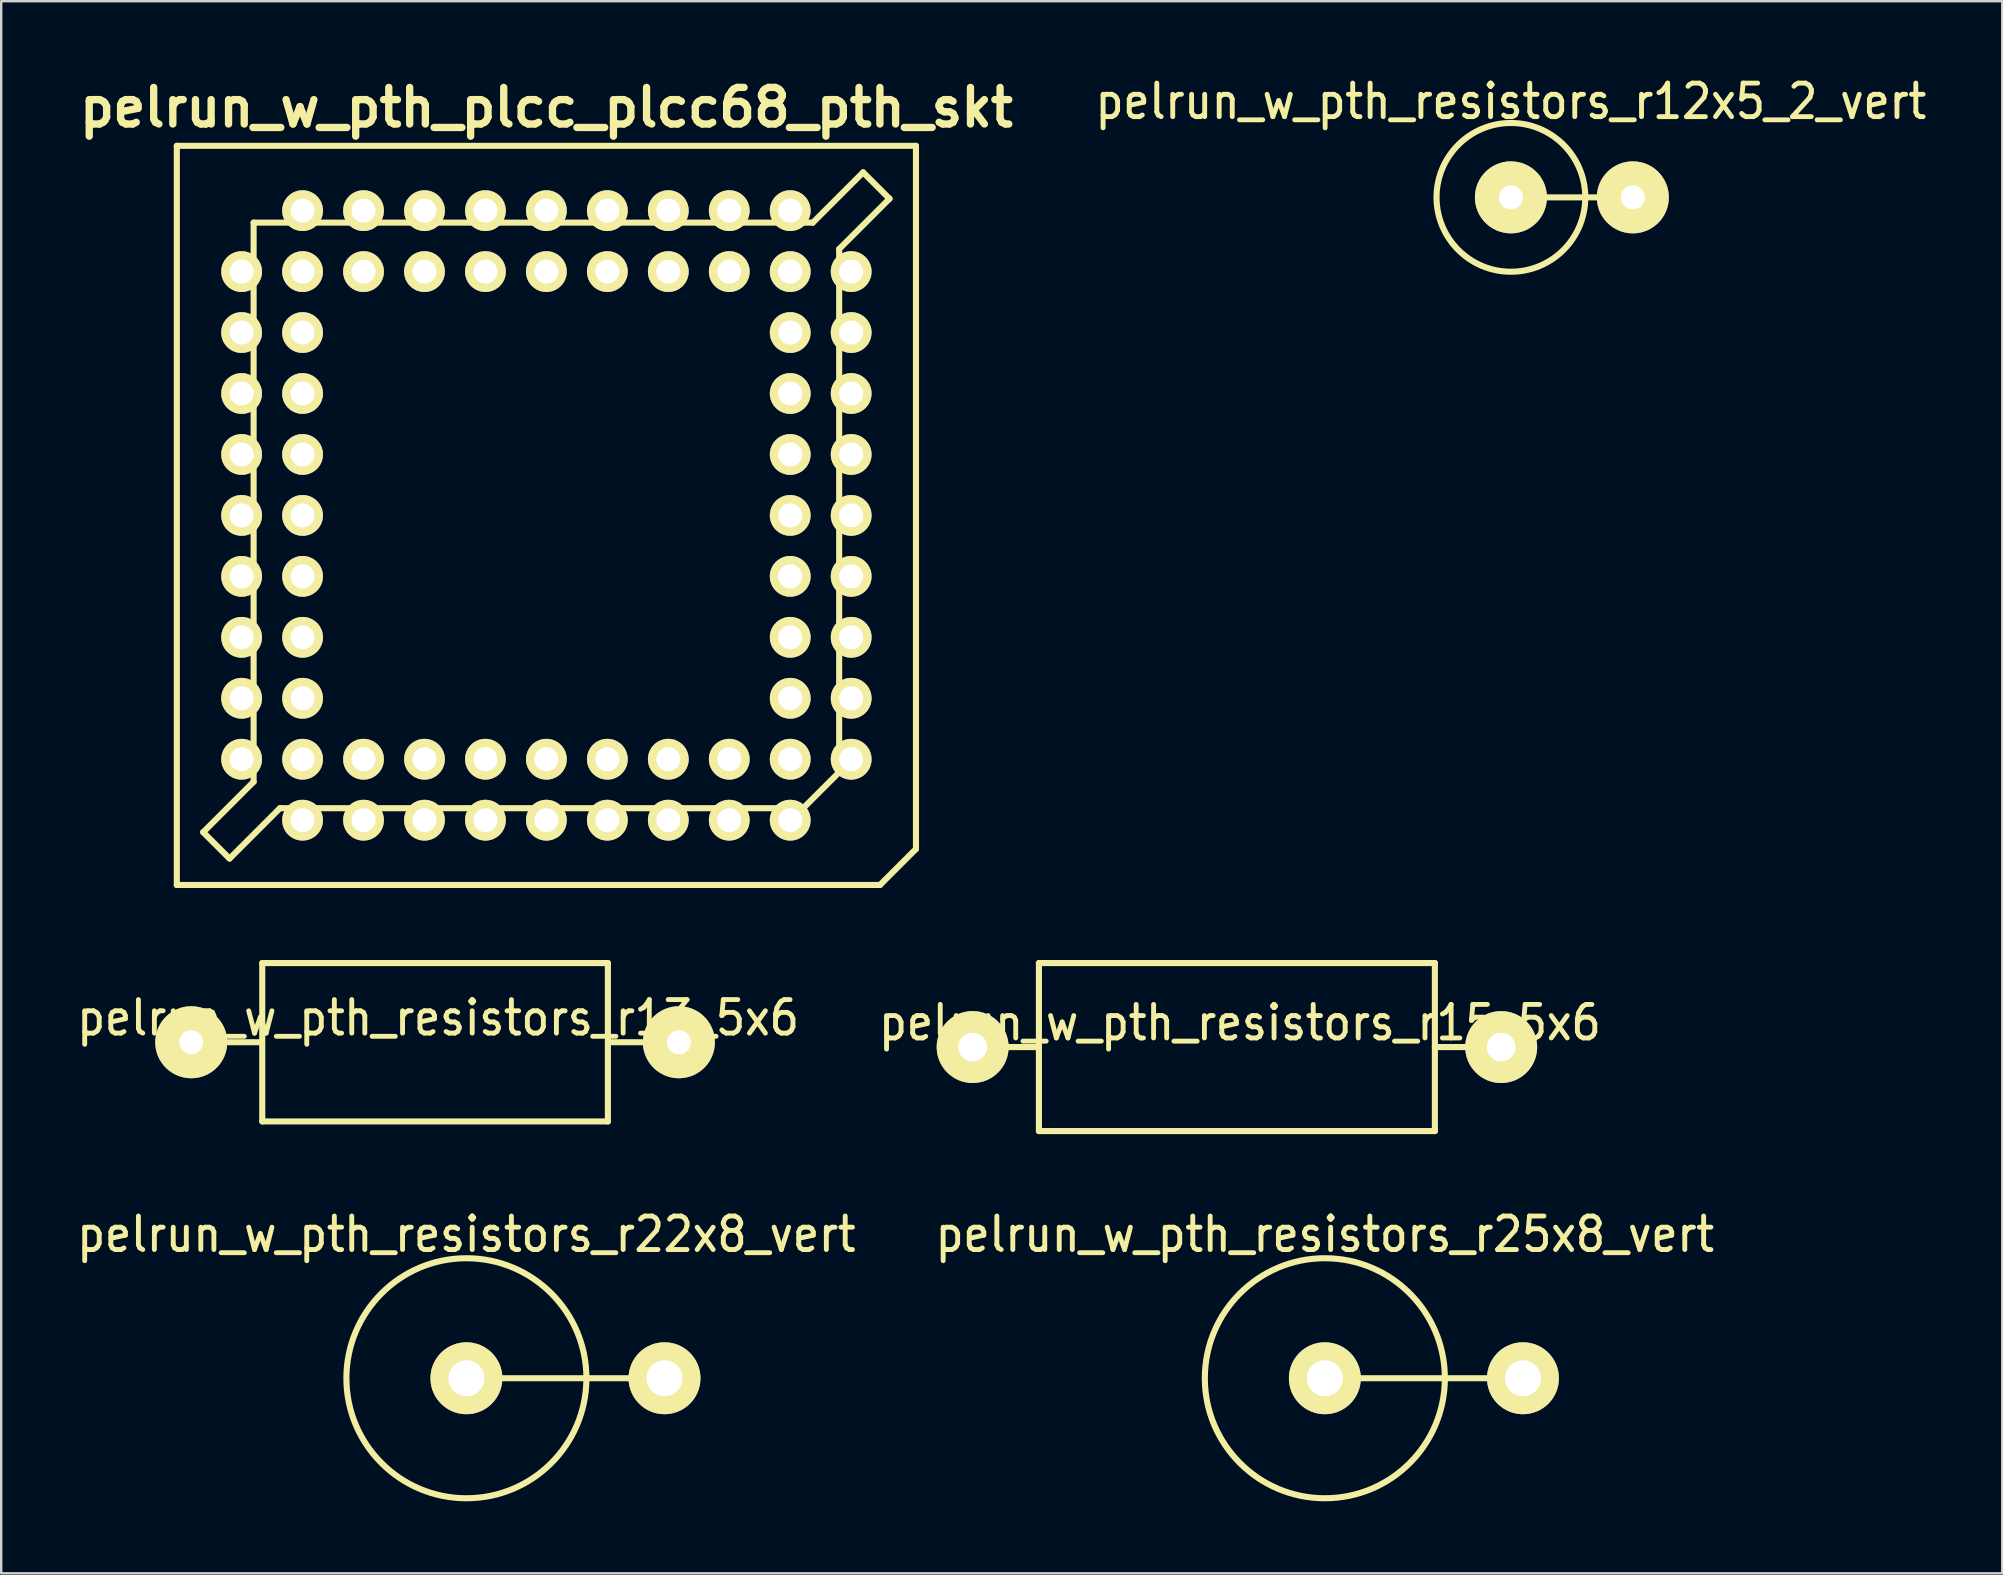
<source format=kicad_pcb>
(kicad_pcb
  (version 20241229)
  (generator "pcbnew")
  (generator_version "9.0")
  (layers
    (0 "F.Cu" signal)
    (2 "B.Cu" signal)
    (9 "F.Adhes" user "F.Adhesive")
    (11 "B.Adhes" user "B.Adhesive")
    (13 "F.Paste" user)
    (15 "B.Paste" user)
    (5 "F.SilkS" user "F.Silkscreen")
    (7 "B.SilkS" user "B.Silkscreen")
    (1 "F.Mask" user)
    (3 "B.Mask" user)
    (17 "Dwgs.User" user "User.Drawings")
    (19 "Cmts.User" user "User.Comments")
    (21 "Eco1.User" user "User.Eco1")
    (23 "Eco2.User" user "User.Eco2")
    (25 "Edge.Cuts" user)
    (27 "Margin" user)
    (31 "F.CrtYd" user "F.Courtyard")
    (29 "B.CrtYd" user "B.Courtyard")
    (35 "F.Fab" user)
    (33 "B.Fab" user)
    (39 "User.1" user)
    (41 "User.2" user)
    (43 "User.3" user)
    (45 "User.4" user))
  (footprint "pelrun_w_pth_plcc_plcc68_pth_skt"
    (layer "F.Cu")
    (at 19.718 18.427)
    (property "Reference" "pelrun_w_pth_plcc_plcc68_pth_skt" (at 0 -17 0) (layer "F.SilkS") (effects (font (size 1.524 1.524) (thickness 0.305))))
    (attr through_hole)
    (fp_line (start -15.4 -15.4) (end -15.4 15.4) (stroke (width 0.254) (type solid)) (layer "F.SilkS"))
    (fp_line (start -15.4 15.4) (end 13.899 15.4) (stroke (width 0.254) (type solid)) (layer "F.SilkS"))
    (fp_line (start -14.303 13.2) (end -13.203 14.3) (stroke (width 0.254) (type solid)) (layer "F.SilkS"))
    (fp_line (start -13.195 14.293) (end -11.097 12.195) (stroke (width 0.254) (type solid)) (layer "F.SilkS"))
    (fp_line (start -12.2 -12.2) (end 11.1 -12.2) (stroke (width 0.254) (type solid)) (layer "F.SilkS"))
    (fp_line (start -12.2 11.1) (end -14.298 13.198) (stroke (width 0.254) (type solid)) (layer "F.SilkS"))
    (fp_line (start -12.2 11.1) (end -12.2 -12.2) (stroke (width 0.254) (type solid)) (layer "F.SilkS"))
    (fp_line (start 10.701 12.2) (end -11.1 12.2) (stroke (width 0.254) (type solid)) (layer "F.SilkS"))
    (fp_line (start 11.1 -12.197) (end 13.198 -14.295) (stroke (width 0.254) (type solid)) (layer "F.SilkS"))
    (fp_line (start 12.2 -11.1) (end 12.2 10.701) (stroke (width 0.254) (type solid)) (layer "F.SilkS"))
    (fp_line (start 12.2 10.701) (end 10.701 12.2) (stroke (width 0.254) (type solid)) (layer "F.SilkS"))
    (fp_line (start 13.198 -14.295) (end 14.298 -13.195) (stroke (width 0.254) (type solid)) (layer "F.SilkS"))
    (fp_line (start 13.899 15.4) (end 15.4 13.899) (stroke (width 0.254) (type solid)) (layer "F.SilkS"))
    (fp_line (start 14.3 -13.2) (end 12.202 -11.102) (stroke (width 0.254) (type solid)) (layer "F.SilkS"))
    (fp_line (start 15.4 -15.4) (end -15.4 -15.4) (stroke (width 0.254) (type solid)) (layer "F.SilkS"))
    (fp_line (start 15.4 13.899) (end 15.4 -15.4) (stroke (width 0.254) (type solid)) (layer "F.SilkS"))
    (pad "1" thru_hole circle (at 0 12.7) (size 1.699 1.699) (drill 1.001) (layers "*.Cu" "*.Mask" "F.SilkS"))
    (pad "2" thru_hole circle (at 0 10.16) (size 1.699 1.699) (drill 1.001) (layers "*.Cu" "*.Mask" "F.SilkS"))
    (pad "3" thru_hole circle (at 2.54 12.7) (size 1.699 1.699) (drill 1.001) (layers "*.Cu" "*.Mask" "F.SilkS"))
    (pad "4" thru_hole circle (at 2.54 10.16) (size 1.699 1.699) (drill 1.001) (layers "*.Cu" "*.Mask" "F.SilkS"))
    (pad "5" thru_hole circle (at 5.08 12.7) (size 1.699 1.699) (drill 1.001) (layers "*.Cu" "*.Mask" "F.SilkS"))
    (pad "6" thru_hole circle (at 5.08 10.16) (size 1.699 1.699) (drill 1.001) (layers "*.Cu" "*.Mask" "F.SilkS"))
    (pad "7" thru_hole circle (at 7.62 12.7) (size 1.699 1.699) (drill 1.001) (layers "*.Cu" "*.Mask" "F.SilkS"))
    (pad "8" thru_hole circle (at 7.62 10.16) (size 1.699 1.699) (drill 1.001) (layers "*.Cu" "*.Mask" "F.SilkS"))
    (pad "9" thru_hole circle (at 10.16 12.7) (size 1.699 1.699) (drill 1.001) (layers "*.Cu" "*.Mask" "F.SilkS"))
    (pad "10" thru_hole circle (at 12.7 10.16) (size 1.699 1.699) (drill 1.001) (layers "*.Cu" "*.Mask" "F.SilkS"))
    (pad "11" thru_hole circle (at 10.16 10.16) (size 1.699 1.699) (drill 1.001) (layers "*.Cu" "*.Mask" "F.SilkS"))
    (pad "12" thru_hole circle (at 12.7 7.62) (size 1.699 1.699) (drill 1.001) (layers "*.Cu" "*.Mask" "F.SilkS"))
    (pad "13" thru_hole circle (at 10.16 7.62) (size 1.699 1.699) (drill 1.001) (layers "*.Cu" "*.Mask" "F.SilkS"))
    (pad "14" thru_hole circle (at 12.7 5.08) (size 1.699 1.699) (drill 1.001) (layers "*.Cu" "*.Mask" "F.SilkS"))
    (pad "15" thru_hole circle (at 10.16 5.08) (size 1.699 1.699) (drill 1.001) (layers "*.Cu" "*.Mask" "F.SilkS"))
    (pad "16" thru_hole circle (at 12.7 2.54) (size 1.699 1.699) (drill 1.001) (layers "*.Cu" "*.Mask" "F.SilkS"))
    (pad "17" thru_hole circle (at 10.16 2.54) (size 1.699 1.699) (drill 1.001) (layers "*.Cu" "*.Mask" "F.SilkS"))
    (pad "18" thru_hole circle (at 12.7 0) (size 1.699 1.699) (drill 1.001) (layers "*.Cu" "*.Mask" "F.SilkS"))
    (pad "19" thru_hole circle (at 10.16 0) (size 1.699 1.699) (drill 1.001) (layers "*.Cu" "*.Mask" "F.SilkS"))
    (pad "20" thru_hole circle (at 12.7 -2.54) (size 1.699 1.699) (drill 1.001) (layers "*.Cu" "*.Mask" "F.SilkS"))
    (pad "21" thru_hole circle (at 10.16 -2.54) (size 1.699 1.699) (drill 1.001) (layers "*.Cu" "*.Mask" "F.SilkS"))
    (pad "22" thru_hole circle (at 12.7 -5.08) (size 1.699 1.699) (drill 1.001) (layers "*.Cu" "*.Mask" "F.SilkS"))
    (pad "23" thru_hole circle (at 10.16 -5.08) (size 1.699 1.699) (drill 1.001) (layers "*.Cu" "*.Mask" "F.SilkS"))
    (pad "24" thru_hole circle (at 12.7 -7.62) (size 1.699 1.699) (drill 1.001) (layers "*.Cu" "*.Mask" "F.SilkS"))
    (pad "25" thru_hole circle (at 10.16 -7.62) (size 1.699 1.699) (drill 1.001) (layers "*.Cu" "*.Mask" "F.SilkS"))
    (pad "26" thru_hole circle (at 12.7 -10.16) (size 1.699 1.699) (drill 1.001) (layers "*.Cu" "*.Mask" "F.SilkS"))
    (pad "27" thru_hole circle (at 10.16 -12.7) (size 1.699 1.699) (drill 1.001) (layers "*.Cu" "*.Mask" "F.SilkS"))
    (pad "28" thru_hole circle (at 10.16 -10.16) (size 1.699 1.699) (drill 1.001) (layers "*.Cu" "*.Mask" "F.SilkS"))
    (pad "29" thru_hole circle (at 7.62 -12.7) (size 1.699 1.699) (drill 1.001) (layers "*.Cu" "*.Mask" "F.SilkS"))
    (pad "30" thru_hole circle (at 7.62 -10.16) (size 1.699 1.699) (drill 1.001) (layers "*.Cu" "*.Mask" "F.SilkS"))
    (pad "31" thru_hole circle (at 5.08 -12.7) (size 1.699 1.699) (drill 1.001) (layers "*.Cu" "*.Mask" "F.SilkS"))
    (pad "32" thru_hole circle (at 5.08 -10.16) (size 1.699 1.699) (drill 1.001) (layers "*.Cu" "*.Mask" "F.SilkS"))
    (pad "33" thru_hole circle (at 2.54 -12.7) (size 1.699 1.699) (drill 1.001) (layers "*.Cu" "*.Mask" "F.SilkS"))
    (pad "34" thru_hole circle (at 2.54 -10.16) (size 1.699 1.699) (drill 1.001) (layers "*.Cu" "*.Mask" "F.SilkS"))
    (pad "35" thru_hole circle (at 0 -12.7) (size 1.699 1.699) (drill 1.001) (layers "*.Cu" "*.Mask" "F.SilkS"))
    (pad "36" thru_hole circle (at 0 -10.16) (size 1.699 1.699) (drill 1.001) (layers "*.Cu" "*.Mask" "F.SilkS"))
    (pad "37" thru_hole circle (at -2.54 -12.7) (size 1.699 1.699) (drill 1.001) (layers "*.Cu" "*.Mask" "F.SilkS"))
    (pad "38" thru_hole circle (at -2.54 -10.16) (size 1.699 1.699) (drill 1.001) (layers "*.Cu" "*.Mask" "F.SilkS"))
    (pad "39" thru_hole circle (at -5.08 -12.7) (size 1.699 1.699) (drill 1.001) (layers "*.Cu" "*.Mask" "F.SilkS"))
    (pad "40" thru_hole circle (at -5.08 -10.16) (size 1.699 1.699) (drill 1.001) (layers "*.Cu" "*.Mask" "F.SilkS"))
    (pad "41" thru_hole circle (at -7.62 -12.7) (size 1.699 1.699) (drill 1.001) (layers "*.Cu" "*.Mask" "F.SilkS"))
    (pad "42" thru_hole circle (at -7.62 -10.16) (size 1.699 1.699) (drill 1.001) (layers "*.Cu" "*.Mask" "F.SilkS"))
    (pad "43" thru_hole circle (at -10.16 -12.7) (size 1.699 1.699) (drill 1.001) (layers "*.Cu" "*.Mask" "F.SilkS"))
    (pad "44" thru_hole circle (at -12.7 -10.16) (size 1.699 1.699) (drill 1.001) (layers "*.Cu" "*.Mask" "F.SilkS"))
    (pad "45" thru_hole circle (at -10.16 -10.16) (size 1.699 1.699) (drill 1.001) (layers "*.Cu" "*.Mask" "F.SilkS"))
    (pad "46" thru_hole circle (at -12.7 -7.62) (size 1.699 1.699) (drill 1.001) (layers "*.Cu" "*.Mask" "F.SilkS"))
    (pad "47" thru_hole circle (at -10.16 -7.62) (size 1.699 1.699) (drill 1.001) (layers "*.Cu" "*.Mask" "F.SilkS"))
    (pad "48" thru_hole circle (at -12.7 -5.08) (size 1.699 1.699) (drill 1.001) (layers "*.Cu" "*.Mask" "F.SilkS"))
    (pad "49" thru_hole circle (at -10.16 -5.08) (size 1.699 1.699) (drill 1.001) (layers "*.Cu" "*.Mask" "F.SilkS"))
    (pad "50" thru_hole circle (at -12.7 -2.54) (size 1.699 1.699) (drill 1.001) (layers "*.Cu" "*.Mask" "F.SilkS"))
    (pad "51" thru_hole circle (at -10.16 -2.54) (size 1.699 1.699) (drill 1.001) (layers "*.Cu" "*.Mask" "F.SilkS"))
    (pad "52" thru_hole circle (at -12.7 0) (size 1.699 1.699) (drill 1.001) (layers "*.Cu" "*.Mask" "F.SilkS"))
    (pad "53" thru_hole circle (at -10.16 0) (size 1.699 1.699) (drill 1.001) (layers "*.Cu" "*.Mask" "F.SilkS"))
    (pad "54" thru_hole circle (at -12.7 2.54) (size 1.699 1.699) (drill 1.001) (layers "*.Cu" "*.Mask" "F.SilkS"))
    (pad "55" thru_hole circle (at -10.16 2.54) (size 1.699 1.699) (drill 1.001) (layers "*.Cu" "*.Mask" "F.SilkS"))
    (pad "56" thru_hole circle (at -12.7 5.08) (size 1.699 1.699) (drill 1.001) (layers "*.Cu" "*.Mask" "F.SilkS"))
    (pad "57" thru_hole circle (at -10.16 5.08) (size 1.699 1.699) (drill 1.001) (layers "*.Cu" "*.Mask" "F.SilkS"))
    (pad "58" thru_hole circle (at -12.7 7.62) (size 1.699 1.699) (drill 1.001) (layers "*.Cu" "*.Mask" "F.SilkS"))
    (pad "59" thru_hole circle (at -10.16 7.62) (size 1.699 1.699) (drill 1.001) (layers "*.Cu" "*.Mask" "F.SilkS"))
    (pad "60" thru_hole circle (at -12.7 10.16) (size 1.699 1.699) (drill 1.001) (layers "*.Cu" "*.Mask" "F.SilkS"))
    (pad "61" thru_hole circle (at -10.16 12.7) (size 1.699 1.699) (drill 1.001) (layers "*.Cu" "*.Mask" "F.SilkS"))
    (pad "62" thru_hole circle (at -10.16 10.16) (size 1.699 1.699) (drill 1.001) (layers "*.Cu" "*.Mask" "F.SilkS"))
    (pad "63" thru_hole circle (at -7.62 12.7) (size 1.699 1.699) (drill 1.001) (layers "*.Cu" "*.Mask" "F.SilkS"))
    (pad "64" thru_hole circle (at -7.62 10.16) (size 1.699 1.699) (drill 1.001) (layers "*.Cu" "*.Mask" "F.SilkS"))
    (pad "65" thru_hole circle (at -5.08 12.7) (size 1.699 1.699) (drill 1.001) (layers "*.Cu" "*.Mask" "F.SilkS"))
    (pad "66" thru_hole circle (at -5.08 10.16) (size 1.699 1.699) (drill 1.001) (layers "*.Cu" "*.Mask" "F.SilkS"))
    (pad "67" thru_hole circle (at -2.54 12.7) (size 1.699 1.699) (drill 1.001) (layers "*.Cu" "*.Mask" "F.SilkS"))
    (pad "68" thru_hole circle (at -2.54 10.16) (size 1.699 1.699) (drill 1.001) (layers "*.Cu" "*.Mask" "F.SilkS")))
  (footprint "pelrun_w_pth_resistors_r25x8_vert"
    (layer "F.Cu")
    (at 52.156 54.381)
    (property "Reference" "pelrun_w_pth_resistors_r25x8_vert" (at 0 -5.999 0) (layer "F.SilkS") (effects (font (size 1.397 1.27) (thickness 0.203))))
    (attr through_hole)
    (fp_line (start 0 0) (end 8.301 0) (stroke (width 0.254) (type solid)) (layer "F.SilkS"))
    (fp_circle (center 0 0) (end -5.001 0) (stroke (width 0.254) (type solid)) (fill no) (layer "F.SilkS"))
    (pad "1" thru_hole circle (at 0 0) (size 2.997 2.997) (drill 1.499) (layers "*.Cu" "*.Mask" "F.SilkS"))
    (pad "2" thru_hole circle (at 8.255 0) (size 2.997 2.997) (drill 1.499) (layers "*.Cu" "*.Mask" "F.SilkS")))
  (footprint "pelrun_w_pth_resistors_r13_5x6"
    (layer "F.Cu")
    (at 15.079 40.38)
    (property "Reference" "pelrun_w_pth_resistors_r13_5x6" (at 0.127 -1.016 0) (layer "F.SilkS") (effects (font (size 1.397 1.27) (thickness 0.203))))
    (attr through_hole)
    (fp_line (start -7.252 0) (end -10.003 0) (stroke (width 0.254) (type solid)) (layer "F.SilkS"))
    (fp_line (start -7.201 -3.299) (end 7.201 -3.299) (stroke (width 0.254) (type solid)) (layer "F.SilkS"))
    (fp_line (start -7.201 3.299) (end -7.201 -3.299) (stroke (width 0.254) (type solid)) (layer "F.SilkS"))
    (fp_line (start 7.201 -3.299) (end 7.201 3.299) (stroke (width 0.254) (type solid)) (layer "F.SilkS"))
    (fp_line (start 7.201 3.299) (end -7.201 3.299) (stroke (width 0.254) (type solid)) (layer "F.SilkS"))
    (fp_line (start 7.252 0) (end 10.003 0) (stroke (width 0.254) (type solid)) (layer "F.SilkS"))
    (pad "1" thru_hole circle (at -10.16 0) (size 3 3) (drill 1.001) (layers "*.Cu" "*.Mask" "F.SilkS"))
    (pad "2" thru_hole circle (at 10.16 0) (size 3 3) (drill 1.001) (layers "*.Cu" "*.Mask" "F.SilkS")))
  (footprint "pelrun_w_pth_resistors_r15_5x6"
    (layer "F.Cu")
    (at 48.491 40.581)
    (property "Reference" "pelrun_w_pth_resistors_r15_5x6" (at 0.127 -1.016 0) (layer "F.SilkS") (effects (font (size 1.397 1.27) (thickness 0.203))))
    (attr through_hole)
    (fp_line (start -8.25 -3.5) (end -8.25 3.5) (stroke (width 0.254) (type solid)) (layer "F.SilkS"))
    (fp_line (start -8.25 0) (end -11.001 0) (stroke (width 0.254) (type solid)) (layer "F.SilkS"))
    (fp_line (start -8.25 3.5) (end 8.25 3.5) (stroke (width 0.254) (type solid)) (layer "F.SilkS"))
    (fp_line (start 8.25 -3.5) (end -8.25 -3.5) (stroke (width 0.254) (type solid)) (layer "F.SilkS"))
    (fp_line (start 8.25 0) (end 11.001 0) (stroke (width 0.254) (type solid)) (layer "F.SilkS"))
    (fp_line (start 8.25 3.5) (end 8.25 -3.5) (stroke (width 0.254) (type solid)) (layer "F.SilkS"))
    (pad "1" thru_hole circle (at -11.011 0) (size 2.997 2.997) (drill 1.199) (layers "*.Cu" "*.Mask" "F.SilkS"))
    (pad "2" thru_hole circle (at 11.013 0) (size 2.997 2.997) (drill 1.199) (layers "*.Cu" "*.Mask" "F.SilkS")))
  (footprint "pelrun_w_pth_resistors_r22x8_vert"
    (layer "F.Cu")
    (at 16.385 54.381)
    (property "Reference" "pelrun_w_pth_resistors_r22x8_vert" (at 0 -5.999 0) (layer "F.SilkS") (effects (font (size 1.397 1.27) (thickness 0.203))))
    (attr through_hole)
    (fp_line (start 0 0) (end 8.301 0) (stroke (width 0.254) (type solid)) (layer "F.SilkS"))
    (fp_circle (center 0 0) (end -5.001 0) (stroke (width 0.254) (type solid)) (fill no) (layer "F.SilkS"))
    (pad "1" thru_hole circle (at 0 0) (size 2.997 2.997) (drill 1.499) (layers "*.Cu" "*.Mask" "F.SilkS"))
    (pad "2" thru_hole circle (at 8.255 0) (size 2.997 2.997) (drill 1.499) (layers "*.Cu" "*.Mask" "F.SilkS")))
  (footprint "pelrun_w_pth_resistors_r12x5_2_vert"
    (layer "F.Cu")
    (at 59.909 5.174)
    (property "Reference" "pelrun_w_pth_resistors_r12x5_2_vert" (at 0 -4 0) (layer "F.SilkS") (effects (font (size 1.397 1.27) (thickness 0.203))))
    (attr through_hole)
    (fp_line (start 0 0) (end 5.1 0) (stroke (width 0.254) (type solid)) (layer "F.SilkS"))
    (fp_circle (center 0 0) (end -3.099 0) (stroke (width 0.254) (type solid)) (fill no) (layer "F.SilkS"))
    (pad "1" thru_hole circle (at 0 0) (size 3 3) (drill 1.001) (layers "*.Cu" "*.Mask" "F.SilkS"))
    (pad "2" thru_hole circle (at 5.08 0) (size 3 3) (drill 1.001) (layers "*.Cu" "*.Mask" "F.SilkS")))
  (gr_rect
    (start -3 -3)
    (end 80.383 62.51)
    (stroke (width 0.1) (type default))
    (fill no)
    (layer "Edge.Cuts")))
</source>
